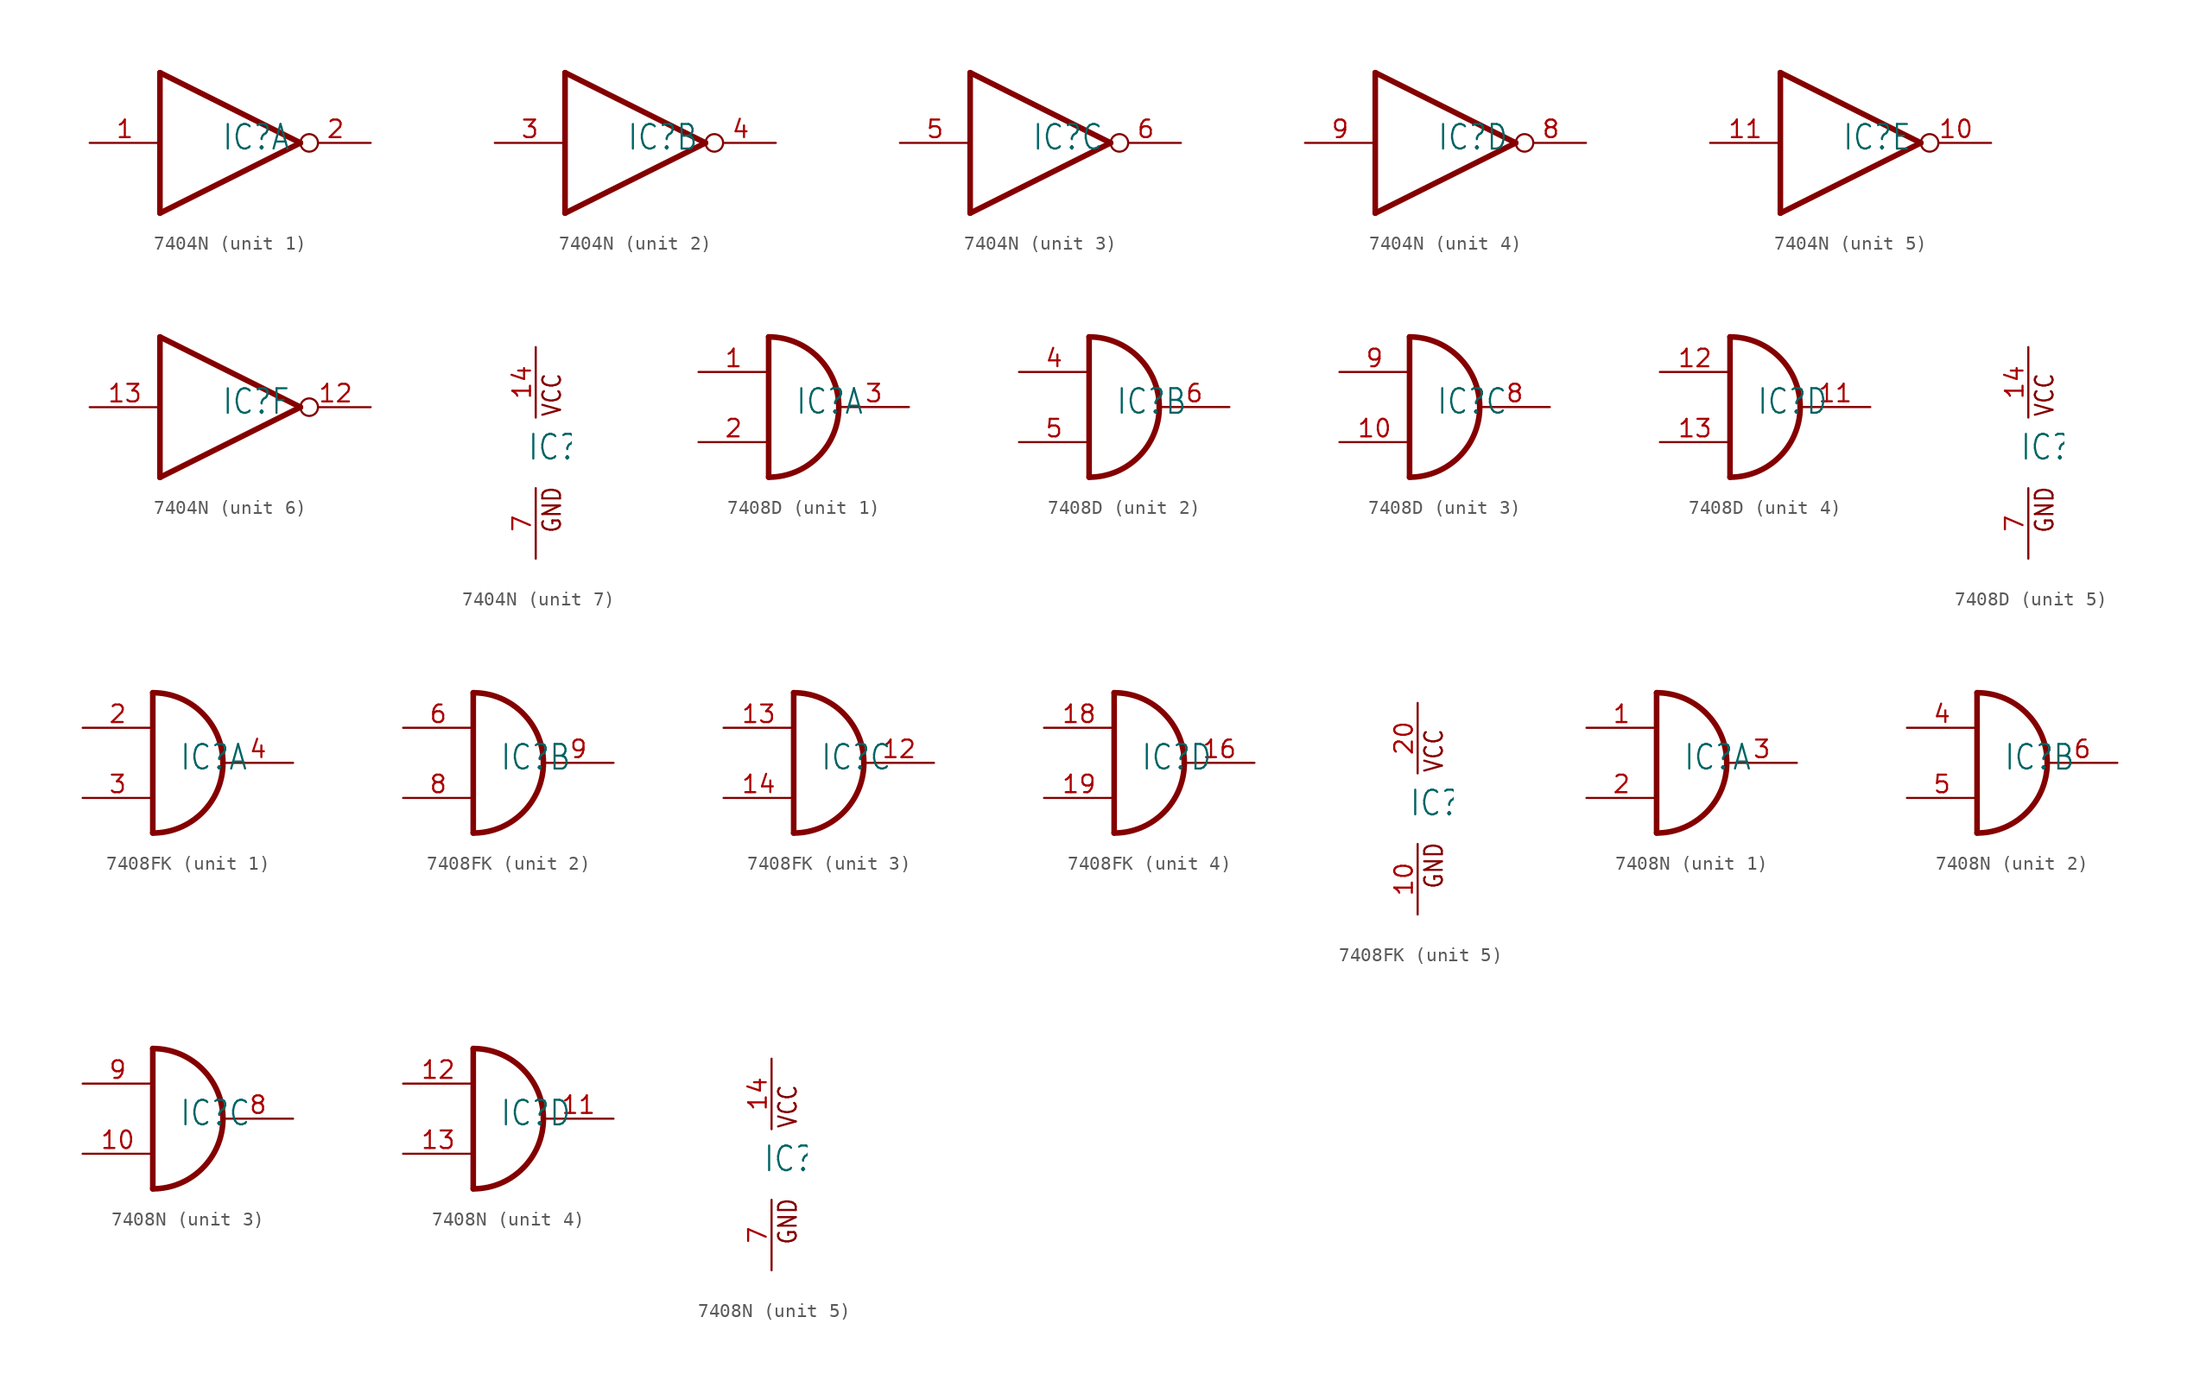
<source format=kicad_sym>
(kicad_symbol_lib
  (version 20211014)
  (generator kicad_symbol_editor)
  (symbol "7404N"
    (property "Reference" "IC"
      (at -0.635 -0.635 0)
      (effects (font (size 1.778 1.511)) (justify left bottom)))
    (property "ki_locked" ""
      (at 0 0 0)
      (effects (font (size 1.27 1.27))))
    (symbol "7404N_1_0"
      (polyline (pts (xy -5.08 -5.08) (xy -5.08 5.08)) (stroke (width 0.406) (type default) (color 0 0 0 0)) (fill (type none)))
      (polyline (pts (xy -5.08 5.08) (xy 5.08 0)) (stroke (width 0.406) (type default) (color 0 0 0 0)) (fill (type none)))
      (polyline (pts (xy 5.08 0) (xy -5.08 -5.08)) (stroke (width 0.406) (type default) (color 0 0 0 0)) (fill (type none)))
      (pin input line (at -10.16 0 0) (length 5.08) (name "I" (effects (font (size 0 0)))) (number "1" (effects (font (size 1.27 1.27)))))
      (pin output inverted (at 10.16 0 180) (length 5.08) (name "O" (effects (font (size 0 0)))) (number "2" (effects (font (size 1.27 1.27))))))
    (symbol "7404N_2_0"
      (polyline (pts (xy -5.08 -5.08) (xy -5.08 5.08)) (stroke (width 0.406) (type default) (color 0 0 0 0)) (fill (type none)))
      (polyline (pts (xy -5.08 5.08) (xy 5.08 0)) (stroke (width 0.406) (type default) (color 0 0 0 0)) (fill (type none)))
      (polyline (pts (xy 5.08 0) (xy -5.08 -5.08)) (stroke (width 0.406) (type default) (color 0 0 0 0)) (fill (type none)))
      (pin input line (at -10.16 0 0) (length 5.08) (name "I" (effects (font (size 0 0)))) (number "3" (effects (font (size 1.27 1.27)))))
      (pin output inverted (at 10.16 0 180) (length 5.08) (name "O" (effects (font (size 0 0)))) (number "4" (effects (font (size 1.27 1.27))))))
    (symbol "7404N_3_0"
      (polyline (pts (xy -5.08 -5.08) (xy -5.08 5.08)) (stroke (width 0.406) (type default) (color 0 0 0 0)) (fill (type none)))
      (polyline (pts (xy -5.08 5.08) (xy 5.08 0)) (stroke (width 0.406) (type default) (color 0 0 0 0)) (fill (type none)))
      (polyline (pts (xy 5.08 0) (xy -5.08 -5.08)) (stroke (width 0.406) (type default) (color 0 0 0 0)) (fill (type none)))
      (pin input line (at -10.16 0 0) (length 5.08) (name "I" (effects (font (size 0 0)))) (number "5" (effects (font (size 1.27 1.27)))))
      (pin output inverted (at 10.16 0 180) (length 5.08) (name "O" (effects (font (size 0 0)))) (number "6" (effects (font (size 1.27 1.27))))))
    (symbol "7404N_4_0"
      (polyline (pts (xy -5.08 -5.08) (xy -5.08 5.08)) (stroke (width 0.406) (type default) (color 0 0 0 0)) (fill (type none)))
      (polyline (pts (xy -5.08 5.08) (xy 5.08 0)) (stroke (width 0.406) (type default) (color 0 0 0 0)) (fill (type none)))
      (polyline (pts (xy 5.08 0) (xy -5.08 -5.08)) (stroke (width 0.406) (type default) (color 0 0 0 0)) (fill (type none)))
      (pin output inverted (at 10.16 0 180) (length 5.08) (name "O" (effects (font (size 0 0)))) (number "8" (effects (font (size 1.27 1.27)))))
      (pin input line (at -10.16 0 0) (length 5.08) (name "I" (effects (font (size 0 0)))) (number "9" (effects (font (size 1.27 1.27))))))
    (symbol "7404N_5_0"
      (polyline (pts (xy -5.08 -5.08) (xy -5.08 5.08)) (stroke (width 0.406) (type default) (color 0 0 0 0)) (fill (type none)))
      (polyline (pts (xy -5.08 5.08) (xy 5.08 0)) (stroke (width 0.406) (type default) (color 0 0 0 0)) (fill (type none)))
      (polyline (pts (xy 5.08 0) (xy -5.08 -5.08)) (stroke (width 0.406) (type default) (color 0 0 0 0)) (fill (type none)))
      (pin output inverted (at 10.16 0 180) (length 5.08) (name "O" (effects (font (size 0 0)))) (number "10" (effects (font (size 1.27 1.27)))))
      (pin input line (at -10.16 0 0) (length 5.08) (name "I" (effects (font (size 0 0)))) (number "11" (effects (font (size 1.27 1.27))))))
    (symbol "7404N_6_0"
      (polyline (pts (xy -5.08 -5.08) (xy -5.08 5.08)) (stroke (width 0.406) (type default) (color 0 0 0 0)) (fill (type none)))
      (polyline (pts (xy -5.08 5.08) (xy 5.08 0)) (stroke (width 0.406) (type default) (color 0 0 0 0)) (fill (type none)))
      (polyline (pts (xy 5.08 0) (xy -5.08 -5.08)) (stroke (width 0.406) (type default) (color 0 0 0 0)) (fill (type none)))
      (pin output inverted (at 10.16 0 180) (length 5.08) (name "O" (effects (font (size 0 0)))) (number "12" (effects (font (size 1.27 1.27)))))
      (pin input line (at -10.16 0 0) (length 5.08) (name "I" (effects (font (size 0 0)))) (number "13" (effects (font (size 1.27 1.27))))))
    (symbol "7404N_7_0"
      (text "GND" (at 1.905 -5.842 900) (effects (font (size 1.27 1.079)) (justify left bottom)))
      (text "VCC" (at 1.905 2.54 900) (effects (font (size 1.27 1.079)) (justify left bottom)))
      (pin power_in line (at 0 7.62 270) (length 5.08) (name "VCC" (effects (font (size 0 0)))) (number "14" (effects (font (size 1.27 1.27)))))
      (pin power_in line (at 0 -7.62 90) (length 5.08) (name "GND" (effects (font (size 0 0)))) (number "7" (effects (font (size 1.27 1.27)))))))
  (symbol "7408D"
    (property "Reference" "IC"
      (at -0.635 -0.635 0)
      (effects (font (size 1.778 1.511)) (justify left bottom)))
    (property "ki_locked" ""
      (at 0 0 0)
      (effects (font (size 1.27 1.27))))
    (symbol "7408D_1_0"
      (arc (start -2.54 -5.08) (mid 2.54 0) (end -2.54 5.08) (stroke (width 0.4064) (type default) (color 0 0 0 0)) (fill (type none)))
      (polyline (pts (xy -2.54 5.08) (xy -2.54 -5.08)) (stroke (width 0.406) (type default) (color 0 0 0 0)) (fill (type none)))
      (pin input line (at -7.62 2.54 0) (length 5.08) (name "I0" (effects (font (size 0 0)))) (number "1" (effects (font (size 1.27 1.27)))))
      (pin input line (at -7.62 -2.54 0) (length 5.08) (name "I1" (effects (font (size 0 0)))) (number "2" (effects (font (size 1.27 1.27)))))
      (pin output line (at 7.62 0 180) (length 5.08) (name "O" (effects (font (size 0 0)))) (number "3" (effects (font (size 1.27 1.27))))))
    (symbol "7408D_2_0"
      (arc (start -2.54 -5.08) (mid 2.54 0) (end -2.54 5.08) (stroke (width 0.4064) (type default) (color 0 0 0 0)) (fill (type none)))
      (polyline (pts (xy -2.54 5.08) (xy -2.54 -5.08)) (stroke (width 0.406) (type default) (color 0 0 0 0)) (fill (type none)))
      (pin input line (at -7.62 2.54 0) (length 5.08) (name "I0" (effects (font (size 0 0)))) (number "4" (effects (font (size 1.27 1.27)))))
      (pin input line (at -7.62 -2.54 0) (length 5.08) (name "I1" (effects (font (size 0 0)))) (number "5" (effects (font (size 1.27 1.27)))))
      (pin output line (at 7.62 0 180) (length 5.08) (name "O" (effects (font (size 0 0)))) (number "6" (effects (font (size 1.27 1.27))))))
    (symbol "7408D_3_0"
      (arc (start -2.54 -5.08) (mid 2.54 0) (end -2.54 5.08) (stroke (width 0.4064) (type default) (color 0 0 0 0)) (fill (type none)))
      (polyline (pts (xy -2.54 5.08) (xy -2.54 -5.08)) (stroke (width 0.406) (type default) (color 0 0 0 0)) (fill (type none)))
      (pin input line (at -7.62 -2.54 0) (length 5.08) (name "I1" (effects (font (size 0 0)))) (number "10" (effects (font (size 1.27 1.27)))))
      (pin output line (at 7.62 0 180) (length 5.08) (name "O" (effects (font (size 0 0)))) (number "8" (effects (font (size 1.27 1.27)))))
      (pin input line (at -7.62 2.54 0) (length 5.08) (name "I0" (effects (font (size 0 0)))) (number "9" (effects (font (size 1.27 1.27))))))
    (symbol "7408D_4_0"
      (arc (start -2.54 -5.08) (mid 2.54 0) (end -2.54 5.08) (stroke (width 0.4064) (type default) (color 0 0 0 0)) (fill (type none)))
      (polyline (pts (xy -2.54 5.08) (xy -2.54 -5.08)) (stroke (width 0.406) (type default) (color 0 0 0 0)) (fill (type none)))
      (pin output line (at 7.62 0 180) (length 5.08) (name "O" (effects (font (size 0 0)))) (number "11" (effects (font (size 1.27 1.27)))))
      (pin input line (at -7.62 2.54 0) (length 5.08) (name "I0" (effects (font (size 0 0)))) (number "12" (effects (font (size 1.27 1.27)))))
      (pin input line (at -7.62 -2.54 0) (length 5.08) (name "I1" (effects (font (size 0 0)))) (number "13" (effects (font (size 1.27 1.27))))))
    (symbol "7408D_5_0"
      (text "GND" (at 1.905 -5.842 900) (effects (font (size 1.27 1.079)) (justify left bottom)))
      (text "VCC" (at 1.905 2.54 900) (effects (font (size 1.27 1.079)) (justify left bottom)))
      (pin power_in line (at 0 7.62 270) (length 5.08) (name "VCC" (effects (font (size 0 0)))) (number "14" (effects (font (size 1.27 1.27)))))
      (pin power_in line (at 0 -7.62 90) (length 5.08) (name "GND" (effects (font (size 0 0)))) (number "7" (effects (font (size 1.27 1.27)))))))
  (symbol "7408FK"
    (property "Reference" "IC"
      (at -0.635 -0.635 0)
      (effects (font (size 1.778 1.511)) (justify left bottom)))
    (property "ki_locked" ""
      (at 0 0 0)
      (effects (font (size 1.27 1.27))))
    (symbol "7408FK_1_0"
      (arc (start -2.54 -5.08) (mid 2.54 0) (end -2.54 5.08) (stroke (width 0.4064) (type default) (color 0 0 0 0)) (fill (type none)))
      (polyline (pts (xy -2.54 5.08) (xy -2.54 -5.08)) (stroke (width 0.406) (type default) (color 0 0 0 0)) (fill (type none)))
      (pin input line (at -7.62 2.54 0) (length 5.08) (name "I0" (effects (font (size 0 0)))) (number "2" (effects (font (size 1.27 1.27)))))
      (pin input line (at -7.62 -2.54 0) (length 5.08) (name "I1" (effects (font (size 0 0)))) (number "3" (effects (font (size 1.27 1.27)))))
      (pin output line (at 7.62 0 180) (length 5.08) (name "O" (effects (font (size 0 0)))) (number "4" (effects (font (size 1.27 1.27))))))
    (symbol "7408FK_2_0"
      (arc (start -2.54 -5.08) (mid 2.54 0) (end -2.54 5.08) (stroke (width 0.4064) (type default) (color 0 0 0 0)) (fill (type none)))
      (polyline (pts (xy -2.54 5.08) (xy -2.54 -5.08)) (stroke (width 0.406) (type default) (color 0 0 0 0)) (fill (type none)))
      (pin input line (at -7.62 2.54 0) (length 5.08) (name "I0" (effects (font (size 0 0)))) (number "6" (effects (font (size 1.27 1.27)))))
      (pin input line (at -7.62 -2.54 0) (length 5.08) (name "I1" (effects (font (size 0 0)))) (number "8" (effects (font (size 1.27 1.27)))))
      (pin output line (at 7.62 0 180) (length 5.08) (name "O" (effects (font (size 0 0)))) (number "9" (effects (font (size 1.27 1.27))))))
    (symbol "7408FK_3_0"
      (arc (start -2.54 -5.08) (mid 2.54 0) (end -2.54 5.08) (stroke (width 0.4064) (type default) (color 0 0 0 0)) (fill (type none)))
      (polyline (pts (xy -2.54 5.08) (xy -2.54 -5.08)) (stroke (width 0.406) (type default) (color 0 0 0 0)) (fill (type none)))
      (pin output line (at 7.62 0 180) (length 5.08) (name "O" (effects (font (size 0 0)))) (number "12" (effects (font (size 1.27 1.27)))))
      (pin input line (at -7.62 2.54 0) (length 5.08) (name "I0" (effects (font (size 0 0)))) (number "13" (effects (font (size 1.27 1.27)))))
      (pin input line (at -7.62 -2.54 0) (length 5.08) (name "I1" (effects (font (size 0 0)))) (number "14" (effects (font (size 1.27 1.27))))))
    (symbol "7408FK_4_0"
      (arc (start -2.54 -5.08) (mid 2.54 0) (end -2.54 5.08) (stroke (width 0.4064) (type default) (color 0 0 0 0)) (fill (type none)))
      (polyline (pts (xy -2.54 5.08) (xy -2.54 -5.08)) (stroke (width 0.406) (type default) (color 0 0 0 0)) (fill (type none)))
      (pin output line (at 7.62 0 180) (length 5.08) (name "O" (effects (font (size 0 0)))) (number "16" (effects (font (size 1.27 1.27)))))
      (pin input line (at -7.62 2.54 0) (length 5.08) (name "I0" (effects (font (size 0 0)))) (number "18" (effects (font (size 1.27 1.27)))))
      (pin input line (at -7.62 -2.54 0) (length 5.08) (name "I1" (effects (font (size 0 0)))) (number "19" (effects (font (size 1.27 1.27))))))
    (symbol "7408FK_5_0"
      (text "GND" (at 1.905 -5.842 900) (effects (font (size 1.27 1.079)) (justify left bottom)))
      (text "VCC" (at 1.905 2.54 900) (effects (font (size 1.27 1.079)) (justify left bottom)))
      (pin power_in line (at 0 -7.62 90) (length 5.08) (name "GND" (effects (font (size 0 0)))) (number "10" (effects (font (size 1.27 1.27)))))
      (pin power_in line (at 0 7.62 270) (length 5.08) (name "VCC" (effects (font (size 0 0)))) (number "20" (effects (font (size 1.27 1.27)))))))
  (symbol "7408N"
    (property "Reference" "IC"
      (at -0.635 -0.635 0)
      (effects (font (size 1.778 1.511)) (justify left bottom)))
    (property "ki_locked" ""
      (at 0 0 0)
      (effects (font (size 1.27 1.27))))
    (symbol "7408N_1_0"
      (arc (start -2.54 -5.08) (mid 2.54 0) (end -2.54 5.08) (stroke (width 0.4064) (type default) (color 0 0 0 0)) (fill (type none)))
      (polyline (pts (xy -2.54 5.08) (xy -2.54 -5.08)) (stroke (width 0.406) (type default) (color 0 0 0 0)) (fill (type none)))
      (pin input line (at -7.62 2.54 0) (length 5.08) (name "I0" (effects (font (size 0 0)))) (number "1" (effects (font (size 1.27 1.27)))))
      (pin input line (at -7.62 -2.54 0) (length 5.08) (name "I1" (effects (font (size 0 0)))) (number "2" (effects (font (size 1.27 1.27)))))
      (pin output line (at 7.62 0 180) (length 5.08) (name "O" (effects (font (size 0 0)))) (number "3" (effects (font (size 1.27 1.27))))))
    (symbol "7408N_2_0"
      (arc (start -2.54 -5.08) (mid 2.54 0) (end -2.54 5.08) (stroke (width 0.4064) (type default) (color 0 0 0 0)) (fill (type none)))
      (polyline (pts (xy -2.54 5.08) (xy -2.54 -5.08)) (stroke (width 0.406) (type default) (color 0 0 0 0)) (fill (type none)))
      (pin input line (at -7.62 2.54 0) (length 5.08) (name "I0" (effects (font (size 0 0)))) (number "4" (effects (font (size 1.27 1.27)))))
      (pin input line (at -7.62 -2.54 0) (length 5.08) (name "I1" (effects (font (size 0 0)))) (number "5" (effects (font (size 1.27 1.27)))))
      (pin output line (at 7.62 0 180) (length 5.08) (name "O" (effects (font (size 0 0)))) (number "6" (effects (font (size 1.27 1.27))))))
    (symbol "7408N_3_0"
      (arc (start -2.54 -5.08) (mid 2.54 0) (end -2.54 5.08) (stroke (width 0.4064) (type default) (color 0 0 0 0)) (fill (type none)))
      (polyline (pts (xy -2.54 5.08) (xy -2.54 -5.08)) (stroke (width 0.406) (type default) (color 0 0 0 0)) (fill (type none)))
      (pin input line (at -7.62 -2.54 0) (length 5.08) (name "I1" (effects (font (size 0 0)))) (number "10" (effects (font (size 1.27 1.27)))))
      (pin output line (at 7.62 0 180) (length 5.08) (name "O" (effects (font (size 0 0)))) (number "8" (effects (font (size 1.27 1.27)))))
      (pin input line (at -7.62 2.54 0) (length 5.08) (name "I0" (effects (font (size 0 0)))) (number "9" (effects (font (size 1.27 1.27))))))
    (symbol "7408N_4_0"
      (arc (start -2.54 -5.08) (mid 2.54 0) (end -2.54 5.08) (stroke (width 0.4064) (type default) (color 0 0 0 0)) (fill (type none)))
      (polyline (pts (xy -2.54 5.08) (xy -2.54 -5.08)) (stroke (width 0.406) (type default) (color 0 0 0 0)) (fill (type none)))
      (pin output line (at 7.62 0 180) (length 5.08) (name "O" (effects (font (size 0 0)))) (number "11" (effects (font (size 1.27 1.27)))))
      (pin input line (at -7.62 2.54 0) (length 5.08) (name "I0" (effects (font (size 0 0)))) (number "12" (effects (font (size 1.27 1.27)))))
      (pin input line (at -7.62 -2.54 0) (length 5.08) (name "I1" (effects (font (size 0 0)))) (number "13" (effects (font (size 1.27 1.27))))))
    (symbol "7408N_5_0"
      (text "GND" (at 1.905 -5.842 900) (effects (font (size 1.27 1.079)) (justify left bottom)))
      (text "VCC" (at 1.905 2.54 900) (effects (font (size 1.27 1.079)) (justify left bottom)))
      (pin power_in line (at 0 7.62 270) (length 5.08) (name "VCC" (effects (font (size 0 0)))) (number "14" (effects (font (size 1.27 1.27)))))
      (pin power_in line (at 0 -7.62 90) (length 5.08) (name "GND" (effects (font (size 0 0)))) (number "7" (effects (font (size 1.27 1.27))))))))
</source>
